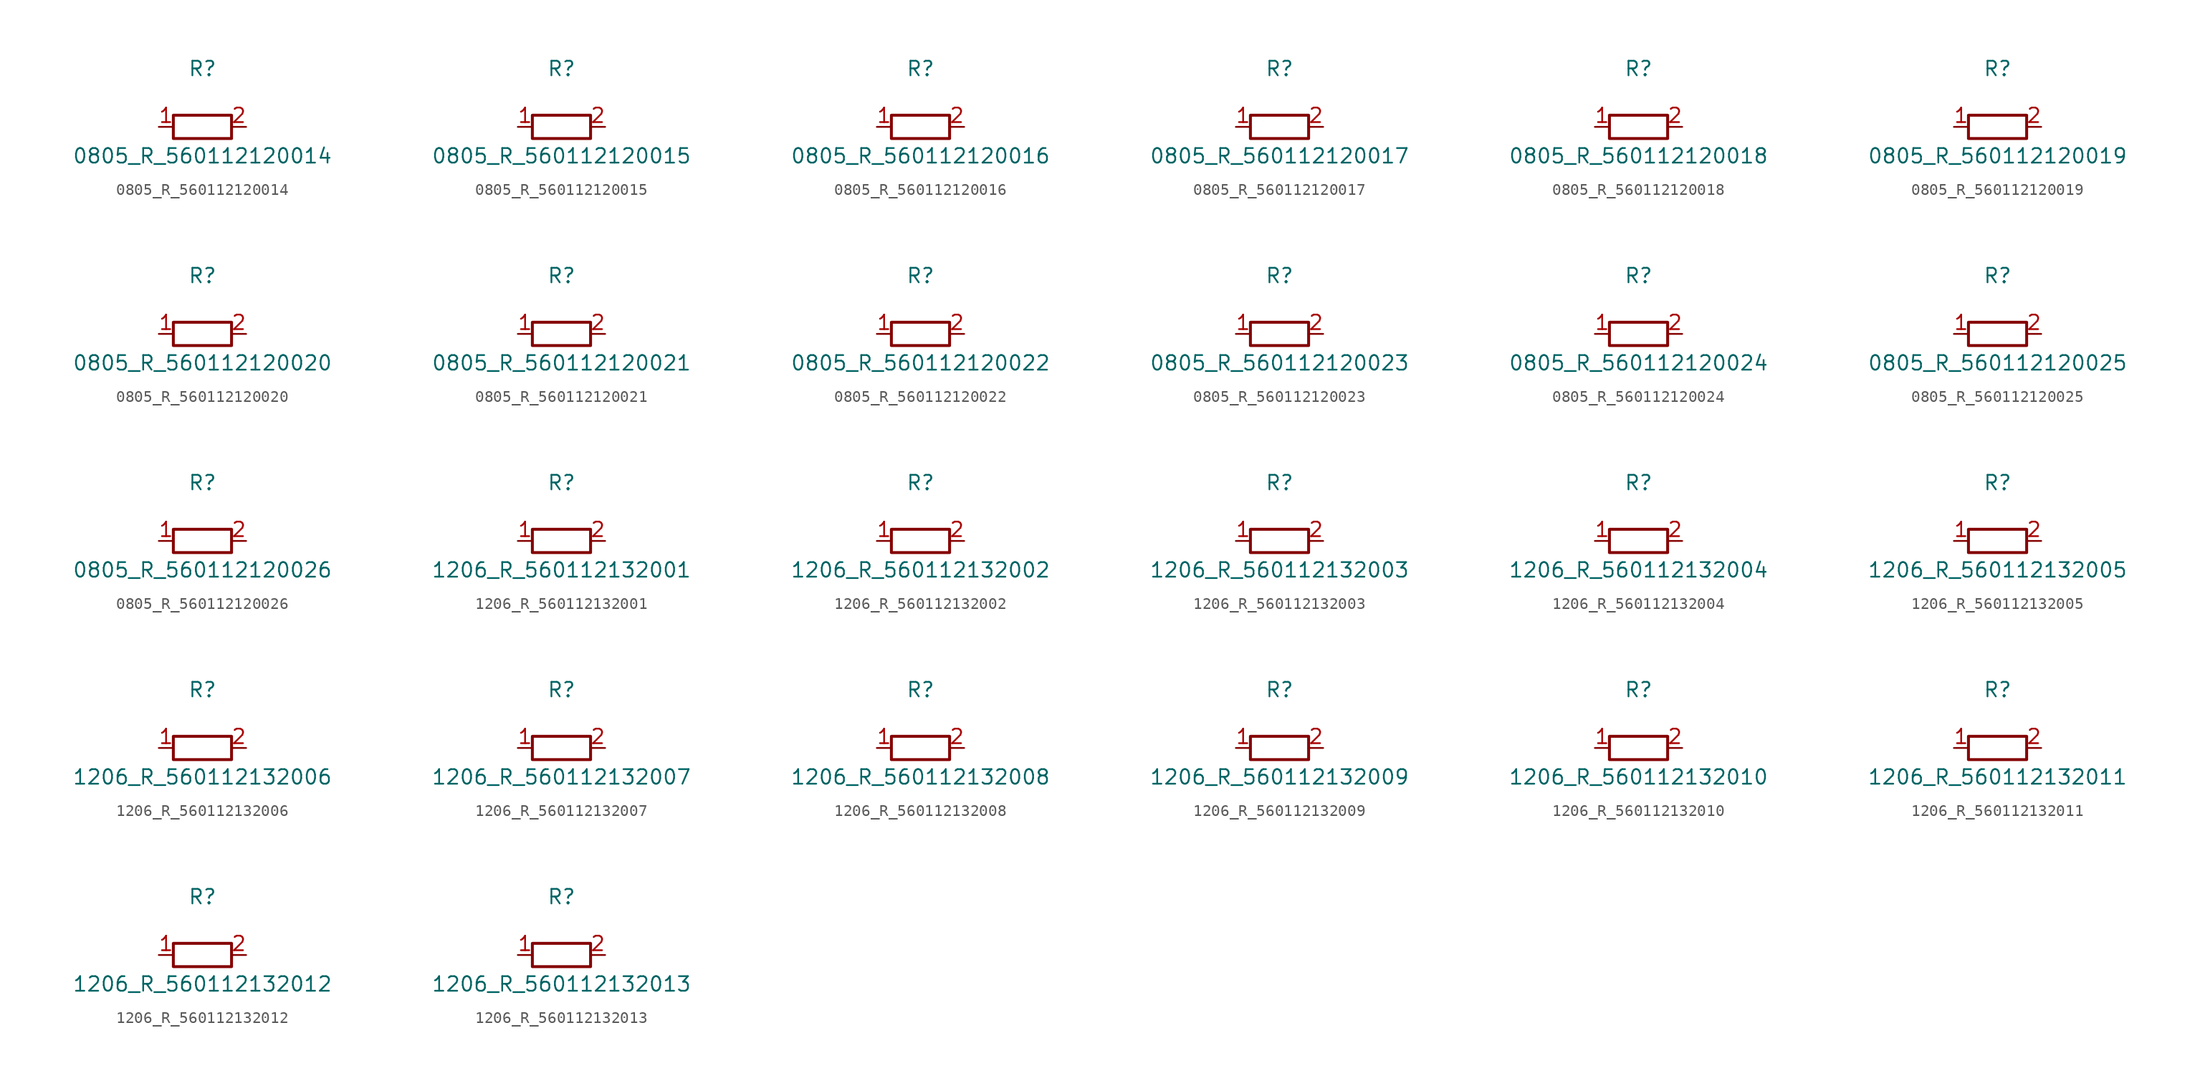
<source format=kicad_sym>
(kicad_symbol_lib
  (version 20220914)
  (generator kicad_symbol_editor)
  (symbol "0805_R_560112120014"
    (pin_names hide)
    (property "Reference" "R"
      (at 0 5.08 0)
      (effects (font (size 1.27 1.27))))
    (property "Value" "0805_R_560112120014"
      (at 0 -2.54 0)
      (effects (font (size 1.27 1.27))))
    (symbol "0805_R_560112120014_0_1"
      (rectangle (start -2.54 -1.016) (end 2.54 1.016) (stroke (width 0.254) (type default)) (fill (type none))))
    (symbol "0805_R_560112120014_1_1"
      (pin passive line (at -3.81 0 0) (length 1.27) (name "~" (effects (font (size 1.27 1.27)))) (number "1" (effects (font (size 1.27 1.27)))))
      (pin passive line (at 3.81 0 180) (length 1.27) (name "~" (effects (font (size 1.27 1.27)))) (number "2" (effects (font (size 1.27 1.27)))))))
  (symbol "0805_R_560112120015"
    (pin_names hide)
    (property "Reference" "R"
      (at 0 5.08 0)
      (effects (font (size 1.27 1.27))))
    (property "Value" "0805_R_560112120015"
      (at 0 -2.54 0)
      (effects (font (size 1.27 1.27))))
    (symbol "0805_R_560112120015_0_1"
      (rectangle (start -2.54 -1.016) (end 2.54 1.016) (stroke (width 0.254) (type default)) (fill (type none))))
    (symbol "0805_R_560112120015_1_1"
      (pin passive line (at -3.81 0 0) (length 1.27) (name "~" (effects (font (size 1.27 1.27)))) (number "1" (effects (font (size 1.27 1.27)))))
      (pin passive line (at 3.81 0 180) (length 1.27) (name "~" (effects (font (size 1.27 1.27)))) (number "2" (effects (font (size 1.27 1.27)))))))
  (symbol "0805_R_560112120016"
    (pin_names hide)
    (property "Reference" "R"
      (at 0 5.08 0)
      (effects (font (size 1.27 1.27))))
    (property "Value" "0805_R_560112120016"
      (at 0 -2.54 0)
      (effects (font (size 1.27 1.27))))
    (symbol "0805_R_560112120016_0_1"
      (rectangle (start -2.54 -1.016) (end 2.54 1.016) (stroke (width 0.254) (type default)) (fill (type none))))
    (symbol "0805_R_560112120016_1_1"
      (pin passive line (at -3.81 0 0) (length 1.27) (name "~" (effects (font (size 1.27 1.27)))) (number "1" (effects (font (size 1.27 1.27)))))
      (pin passive line (at 3.81 0 180) (length 1.27) (name "~" (effects (font (size 1.27 1.27)))) (number "2" (effects (font (size 1.27 1.27)))))))
  (symbol "0805_R_560112120017"
    (pin_names hide)
    (property "Reference" "R"
      (at 0 5.08 0)
      (effects (font (size 1.27 1.27))))
    (property "Value" "0805_R_560112120017"
      (at 0 -2.54 0)
      (effects (font (size 1.27 1.27))))
    (symbol "0805_R_560112120017_0_1"
      (rectangle (start -2.54 -1.016) (end 2.54 1.016) (stroke (width 0.254) (type default)) (fill (type none))))
    (symbol "0805_R_560112120017_1_1"
      (pin passive line (at -3.81 0 0) (length 1.27) (name "~" (effects (font (size 1.27 1.27)))) (number "1" (effects (font (size 1.27 1.27)))))
      (pin passive line (at 3.81 0 180) (length 1.27) (name "~" (effects (font (size 1.27 1.27)))) (number "2" (effects (font (size 1.27 1.27)))))))
  (symbol "0805_R_560112120018"
    (pin_names hide)
    (property "Reference" "R"
      (at 0 5.08 0)
      (effects (font (size 1.27 1.27))))
    (property "Value" "0805_R_560112120018"
      (at 0 -2.54 0)
      (effects (font (size 1.27 1.27))))
    (symbol "0805_R_560112120018_0_1"
      (rectangle (start -2.54 -1.016) (end 2.54 1.016) (stroke (width 0.254) (type default)) (fill (type none))))
    (symbol "0805_R_560112120018_1_1"
      (pin passive line (at -3.81 0 0) (length 1.27) (name "~" (effects (font (size 1.27 1.27)))) (number "1" (effects (font (size 1.27 1.27)))))
      (pin passive line (at 3.81 0 180) (length 1.27) (name "~" (effects (font (size 1.27 1.27)))) (number "2" (effects (font (size 1.27 1.27)))))))
  (symbol "0805_R_560112120019"
    (pin_names hide)
    (property "Reference" "R"
      (at 0 5.08 0)
      (effects (font (size 1.27 1.27))))
    (property "Value" "0805_R_560112120019"
      (at 0 -2.54 0)
      (effects (font (size 1.27 1.27))))
    (symbol "0805_R_560112120019_0_1"
      (rectangle (start -2.54 -1.016) (end 2.54 1.016) (stroke (width 0.254) (type default)) (fill (type none))))
    (symbol "0805_R_560112120019_1_1"
      (pin passive line (at -3.81 0 0) (length 1.27) (name "~" (effects (font (size 1.27 1.27)))) (number "1" (effects (font (size 1.27 1.27)))))
      (pin passive line (at 3.81 0 180) (length 1.27) (name "~" (effects (font (size 1.27 1.27)))) (number "2" (effects (font (size 1.27 1.27)))))))
  (symbol "0805_R_560112120020"
    (pin_names hide)
    (property "Reference" "R"
      (at 0 5.08 0)
      (effects (font (size 1.27 1.27))))
    (property "Value" "0805_R_560112120020"
      (at 0 -2.54 0)
      (effects (font (size 1.27 1.27))))
    (symbol "0805_R_560112120020_0_1"
      (rectangle (start -2.54 -1.016) (end 2.54 1.016) (stroke (width 0.254) (type default)) (fill (type none))))
    (symbol "0805_R_560112120020_1_1"
      (pin passive line (at -3.81 0 0) (length 1.27) (name "~" (effects (font (size 1.27 1.27)))) (number "1" (effects (font (size 1.27 1.27)))))
      (pin passive line (at 3.81 0 180) (length 1.27) (name "~" (effects (font (size 1.27 1.27)))) (number "2" (effects (font (size 1.27 1.27)))))))
  (symbol "0805_R_560112120021"
    (pin_names hide)
    (property "Reference" "R"
      (at 0 5.08 0)
      (effects (font (size 1.27 1.27))))
    (property "Value" "0805_R_560112120021"
      (at 0 -2.54 0)
      (effects (font (size 1.27 1.27))))
    (symbol "0805_R_560112120021_0_1"
      (rectangle (start -2.54 -1.016) (end 2.54 1.016) (stroke (width 0.254) (type default)) (fill (type none))))
    (symbol "0805_R_560112120021_1_1"
      (pin passive line (at -3.81 0 0) (length 1.27) (name "~" (effects (font (size 1.27 1.27)))) (number "1" (effects (font (size 1.27 1.27)))))
      (pin passive line (at 3.81 0 180) (length 1.27) (name "~" (effects (font (size 1.27 1.27)))) (number "2" (effects (font (size 1.27 1.27)))))))
  (symbol "0805_R_560112120022"
    (pin_names hide)
    (property "Reference" "R"
      (at 0 5.08 0)
      (effects (font (size 1.27 1.27))))
    (property "Value" "0805_R_560112120022"
      (at 0 -2.54 0)
      (effects (font (size 1.27 1.27))))
    (symbol "0805_R_560112120022_0_1"
      (rectangle (start -2.54 -1.016) (end 2.54 1.016) (stroke (width 0.254) (type default)) (fill (type none))))
    (symbol "0805_R_560112120022_1_1"
      (pin passive line (at -3.81 0 0) (length 1.27) (name "~" (effects (font (size 1.27 1.27)))) (number "1" (effects (font (size 1.27 1.27)))))
      (pin passive line (at 3.81 0 180) (length 1.27) (name "~" (effects (font (size 1.27 1.27)))) (number "2" (effects (font (size 1.27 1.27)))))))
  (symbol "0805_R_560112120023"
    (pin_names hide)
    (property "Reference" "R"
      (at 0 5.08 0)
      (effects (font (size 1.27 1.27))))
    (property "Value" "0805_R_560112120023"
      (at 0 -2.54 0)
      (effects (font (size 1.27 1.27))))
    (symbol "0805_R_560112120023_0_1"
      (rectangle (start -2.54 -1.016) (end 2.54 1.016) (stroke (width 0.254) (type default)) (fill (type none))))
    (symbol "0805_R_560112120023_1_1"
      (pin passive line (at -3.81 0 0) (length 1.27) (name "~" (effects (font (size 1.27 1.27)))) (number "1" (effects (font (size 1.27 1.27)))))
      (pin passive line (at 3.81 0 180) (length 1.27) (name "~" (effects (font (size 1.27 1.27)))) (number "2" (effects (font (size 1.27 1.27)))))))
  (symbol "0805_R_560112120024"
    (pin_names hide)
    (property "Reference" "R"
      (at 0 5.08 0)
      (effects (font (size 1.27 1.27))))
    (property "Value" "0805_R_560112120024"
      (at 0 -2.54 0)
      (effects (font (size 1.27 1.27))))
    (symbol "0805_R_560112120024_0_1"
      (rectangle (start -2.54 -1.016) (end 2.54 1.016) (stroke (width 0.254) (type default)) (fill (type none))))
    (symbol "0805_R_560112120024_1_1"
      (pin passive line (at -3.81 0 0) (length 1.27) (name "~" (effects (font (size 1.27 1.27)))) (number "1" (effects (font (size 1.27 1.27)))))
      (pin passive line (at 3.81 0 180) (length 1.27) (name "~" (effects (font (size 1.27 1.27)))) (number "2" (effects (font (size 1.27 1.27)))))))
  (symbol "0805_R_560112120025"
    (pin_names hide)
    (property "Reference" "R"
      (at 0 5.08 0)
      (effects (font (size 1.27 1.27))))
    (property "Value" "0805_R_560112120025"
      (at 0 -2.54 0)
      (effects (font (size 1.27 1.27))))
    (symbol "0805_R_560112120025_0_1"
      (rectangle (start -2.54 -1.016) (end 2.54 1.016) (stroke (width 0.254) (type default)) (fill (type none))))
    (symbol "0805_R_560112120025_1_1"
      (pin passive line (at -3.81 0 0) (length 1.27) (name "~" (effects (font (size 1.27 1.27)))) (number "1" (effects (font (size 1.27 1.27)))))
      (pin passive line (at 3.81 0 180) (length 1.27) (name "~" (effects (font (size 1.27 1.27)))) (number "2" (effects (font (size 1.27 1.27)))))))
  (symbol "0805_R_560112120026"
    (pin_names hide)
    (property "Reference" "R"
      (at 0 5.08 0)
      (effects (font (size 1.27 1.27))))
    (property "Value" "0805_R_560112120026"
      (at 0 -2.54 0)
      (effects (font (size 1.27 1.27))))
    (symbol "0805_R_560112120026_0_1"
      (rectangle (start -2.54 -1.016) (end 2.54 1.016) (stroke (width 0.254) (type default)) (fill (type none))))
    (symbol "0805_R_560112120026_1_1"
      (pin passive line (at -3.81 0 0) (length 1.27) (name "~" (effects (font (size 1.27 1.27)))) (number "1" (effects (font (size 1.27 1.27)))))
      (pin passive line (at 3.81 0 180) (length 1.27) (name "~" (effects (font (size 1.27 1.27)))) (number "2" (effects (font (size 1.27 1.27)))))))
  (symbol "1206_R_560112132001"
    (pin_names hide)
    (property "Reference" "R"
      (at 0 5.08 0)
      (effects (font (size 1.27 1.27))))
    (property "Value" "1206_R_560112132001"
      (at 0 -2.54 0)
      (effects (font (size 1.27 1.27))))
    (symbol "1206_R_560112132001_0_1"
      (rectangle (start -2.54 -1.016) (end 2.54 1.016) (stroke (width 0.254) (type default)) (fill (type none))))
    (symbol "1206_R_560112132001_1_1"
      (pin passive line (at -3.81 0 0) (length 1.27) (name "~" (effects (font (size 1.27 1.27)))) (number "1" (effects (font (size 1.27 1.27)))))
      (pin passive line (at 3.81 0 180) (length 1.27) (name "~" (effects (font (size 1.27 1.27)))) (number "2" (effects (font (size 1.27 1.27)))))))
  (symbol "1206_R_560112132002"
    (pin_names hide)
    (property "Reference" "R"
      (at 0 5.08 0)
      (effects (font (size 1.27 1.27))))
    (property "Value" "1206_R_560112132002"
      (at 0 -2.54 0)
      (effects (font (size 1.27 1.27))))
    (symbol "1206_R_560112132002_0_1"
      (rectangle (start -2.54 -1.016) (end 2.54 1.016) (stroke (width 0.254) (type default)) (fill (type none))))
    (symbol "1206_R_560112132002_1_1"
      (pin passive line (at -3.81 0 0) (length 1.27) (name "~" (effects (font (size 1.27 1.27)))) (number "1" (effects (font (size 1.27 1.27)))))
      (pin passive line (at 3.81 0 180) (length 1.27) (name "~" (effects (font (size 1.27 1.27)))) (number "2" (effects (font (size 1.27 1.27)))))))
  (symbol "1206_R_560112132003"
    (pin_names hide)
    (property "Reference" "R"
      (at 0 5.08 0)
      (effects (font (size 1.27 1.27))))
    (property "Value" "1206_R_560112132003"
      (at 0 -2.54 0)
      (effects (font (size 1.27 1.27))))
    (symbol "1206_R_560112132003_0_1"
      (rectangle (start -2.54 -1.016) (end 2.54 1.016) (stroke (width 0.254) (type default)) (fill (type none))))
    (symbol "1206_R_560112132003_1_1"
      (pin passive line (at -3.81 0 0) (length 1.27) (name "~" (effects (font (size 1.27 1.27)))) (number "1" (effects (font (size 1.27 1.27)))))
      (pin passive line (at 3.81 0 180) (length 1.27) (name "~" (effects (font (size 1.27 1.27)))) (number "2" (effects (font (size 1.27 1.27)))))))
  (symbol "1206_R_560112132004"
    (pin_names hide)
    (property "Reference" "R"
      (at 0 5.08 0)
      (effects (font (size 1.27 1.27))))
    (property "Value" "1206_R_560112132004"
      (at 0 -2.54 0)
      (effects (font (size 1.27 1.27))))
    (symbol "1206_R_560112132004_0_1"
      (rectangle (start -2.54 -1.016) (end 2.54 1.016) (stroke (width 0.254) (type default)) (fill (type none))))
    (symbol "1206_R_560112132004_1_1"
      (pin passive line (at -3.81 0 0) (length 1.27) (name "~" (effects (font (size 1.27 1.27)))) (number "1" (effects (font (size 1.27 1.27)))))
      (pin passive line (at 3.81 0 180) (length 1.27) (name "~" (effects (font (size 1.27 1.27)))) (number "2" (effects (font (size 1.27 1.27)))))))
  (symbol "1206_R_560112132005"
    (pin_names hide)
    (property "Reference" "R"
      (at 0 5.08 0)
      (effects (font (size 1.27 1.27))))
    (property "Value" "1206_R_560112132005"
      (at 0 -2.54 0)
      (effects (font (size 1.27 1.27))))
    (symbol "1206_R_560112132005_0_1"
      (rectangle (start -2.54 -1.016) (end 2.54 1.016) (stroke (width 0.254) (type default)) (fill (type none))))
    (symbol "1206_R_560112132005_1_1"
      (pin passive line (at -3.81 0 0) (length 1.27) (name "~" (effects (font (size 1.27 1.27)))) (number "1" (effects (font (size 1.27 1.27)))))
      (pin passive line (at 3.81 0 180) (length 1.27) (name "~" (effects (font (size 1.27 1.27)))) (number "2" (effects (font (size 1.27 1.27)))))))
  (symbol "1206_R_560112132006"
    (pin_names hide)
    (property "Reference" "R"
      (at 0 5.08 0)
      (effects (font (size 1.27 1.27))))
    (property "Value" "1206_R_560112132006"
      (at 0 -2.54 0)
      (effects (font (size 1.27 1.27))))
    (symbol "1206_R_560112132006_0_1"
      (rectangle (start -2.54 -1.016) (end 2.54 1.016) (stroke (width 0.254) (type default)) (fill (type none))))
    (symbol "1206_R_560112132006_1_1"
      (pin passive line (at -3.81 0 0) (length 1.27) (name "~" (effects (font (size 1.27 1.27)))) (number "1" (effects (font (size 1.27 1.27)))))
      (pin passive line (at 3.81 0 180) (length 1.27) (name "~" (effects (font (size 1.27 1.27)))) (number "2" (effects (font (size 1.27 1.27)))))))
  (symbol "1206_R_560112132007"
    (pin_names hide)
    (property "Reference" "R"
      (at 0 5.08 0)
      (effects (font (size 1.27 1.27))))
    (property "Value" "1206_R_560112132007"
      (at 0 -2.54 0)
      (effects (font (size 1.27 1.27))))
    (symbol "1206_R_560112132007_0_1"
      (rectangle (start -2.54 -1.016) (end 2.54 1.016) (stroke (width 0.254) (type default)) (fill (type none))))
    (symbol "1206_R_560112132007_1_1"
      (pin passive line (at -3.81 0 0) (length 1.27) (name "~" (effects (font (size 1.27 1.27)))) (number "1" (effects (font (size 1.27 1.27)))))
      (pin passive line (at 3.81 0 180) (length 1.27) (name "~" (effects (font (size 1.27 1.27)))) (number "2" (effects (font (size 1.27 1.27)))))))
  (symbol "1206_R_560112132008"
    (pin_names hide)
    (property "Reference" "R"
      (at 0 5.08 0)
      (effects (font (size 1.27 1.27))))
    (property "Value" "1206_R_560112132008"
      (at 0 -2.54 0)
      (effects (font (size 1.27 1.27))))
    (symbol "1206_R_560112132008_0_1"
      (rectangle (start -2.54 -1.016) (end 2.54 1.016) (stroke (width 0.254) (type default)) (fill (type none))))
    (symbol "1206_R_560112132008_1_1"
      (pin passive line (at -3.81 0 0) (length 1.27) (name "~" (effects (font (size 1.27 1.27)))) (number "1" (effects (font (size 1.27 1.27)))))
      (pin passive line (at 3.81 0 180) (length 1.27) (name "~" (effects (font (size 1.27 1.27)))) (number "2" (effects (font (size 1.27 1.27)))))))
  (symbol "1206_R_560112132009"
    (pin_names hide)
    (property "Reference" "R"
      (at 0 5.08 0)
      (effects (font (size 1.27 1.27))))
    (property "Value" "1206_R_560112132009"
      (at 0 -2.54 0)
      (effects (font (size 1.27 1.27))))
    (symbol "1206_R_560112132009_0_1"
      (rectangle (start -2.54 -1.016) (end 2.54 1.016) (stroke (width 0.254) (type default)) (fill (type none))))
    (symbol "1206_R_560112132009_1_1"
      (pin passive line (at -3.81 0 0) (length 1.27) (name "~" (effects (font (size 1.27 1.27)))) (number "1" (effects (font (size 1.27 1.27)))))
      (pin passive line (at 3.81 0 180) (length 1.27) (name "~" (effects (font (size 1.27 1.27)))) (number "2" (effects (font (size 1.27 1.27)))))))
  (symbol "1206_R_560112132010"
    (pin_names hide)
    (property "Reference" "R"
      (at 0 5.08 0)
      (effects (font (size 1.27 1.27))))
    (property "Value" "1206_R_560112132010"
      (at 0 -2.54 0)
      (effects (font (size 1.27 1.27))))
    (symbol "1206_R_560112132010_0_1"
      (rectangle (start -2.54 -1.016) (end 2.54 1.016) (stroke (width 0.254) (type default)) (fill (type none))))
    (symbol "1206_R_560112132010_1_1"
      (pin passive line (at -3.81 0 0) (length 1.27) (name "~" (effects (font (size 1.27 1.27)))) (number "1" (effects (font (size 1.27 1.27)))))
      (pin passive line (at 3.81 0 180) (length 1.27) (name "~" (effects (font (size 1.27 1.27)))) (number "2" (effects (font (size 1.27 1.27)))))))
  (symbol "1206_R_560112132011"
    (pin_names hide)
    (property "Reference" "R"
      (at 0 5.08 0)
      (effects (font (size 1.27 1.27))))
    (property "Value" "1206_R_560112132011"
      (at 0 -2.54 0)
      (effects (font (size 1.27 1.27))))
    (symbol "1206_R_560112132011_0_1"
      (rectangle (start -2.54 -1.016) (end 2.54 1.016) (stroke (width 0.254) (type default)) (fill (type none))))
    (symbol "1206_R_560112132011_1_1"
      (pin passive line (at -3.81 0 0) (length 1.27) (name "~" (effects (font (size 1.27 1.27)))) (number "1" (effects (font (size 1.27 1.27)))))
      (pin passive line (at 3.81 0 180) (length 1.27) (name "~" (effects (font (size 1.27 1.27)))) (number "2" (effects (font (size 1.27 1.27)))))))
  (symbol "1206_R_560112132012"
    (pin_names hide)
    (property "Reference" "R"
      (at 0 5.08 0)
      (effects (font (size 1.27 1.27))))
    (property "Value" "1206_R_560112132012"
      (at 0 -2.54 0)
      (effects (font (size 1.27 1.27))))
    (symbol "1206_R_560112132012_0_1"
      (rectangle (start -2.54 -1.016) (end 2.54 1.016) (stroke (width 0.254) (type default)) (fill (type none))))
    (symbol "1206_R_560112132012_1_1"
      (pin passive line (at -3.81 0 0) (length 1.27) (name "~" (effects (font (size 1.27 1.27)))) (number "1" (effects (font (size 1.27 1.27)))))
      (pin passive line (at 3.81 0 180) (length 1.27) (name "~" (effects (font (size 1.27 1.27)))) (number "2" (effects (font (size 1.27 1.27)))))))
  (symbol "1206_R_560112132013"
    (pin_names hide)
    (property "Reference" "R"
      (at 0 5.08 0)
      (effects (font (size 1.27 1.27))))
    (property "Value" "1206_R_560112132013"
      (at 0 -2.54 0)
      (effects (font (size 1.27 1.27))))
    (symbol "1206_R_560112132013_0_1"
      (rectangle (start -2.54 -1.016) (end 2.54 1.016) (stroke (width 0.254) (type default)) (fill (type none))))
    (symbol "1206_R_560112132013_1_1"
      (pin passive line (at -3.81 0 0) (length 1.27) (name "~" (effects (font (size 1.27 1.27)))) (number "1" (effects (font (size 1.27 1.27)))))
      (pin passive line (at 3.81 0 180) (length 1.27) (name "~" (effects (font (size 1.27 1.27)))) (number "2" (effects (font (size 1.27 1.27))))))))
</source>
